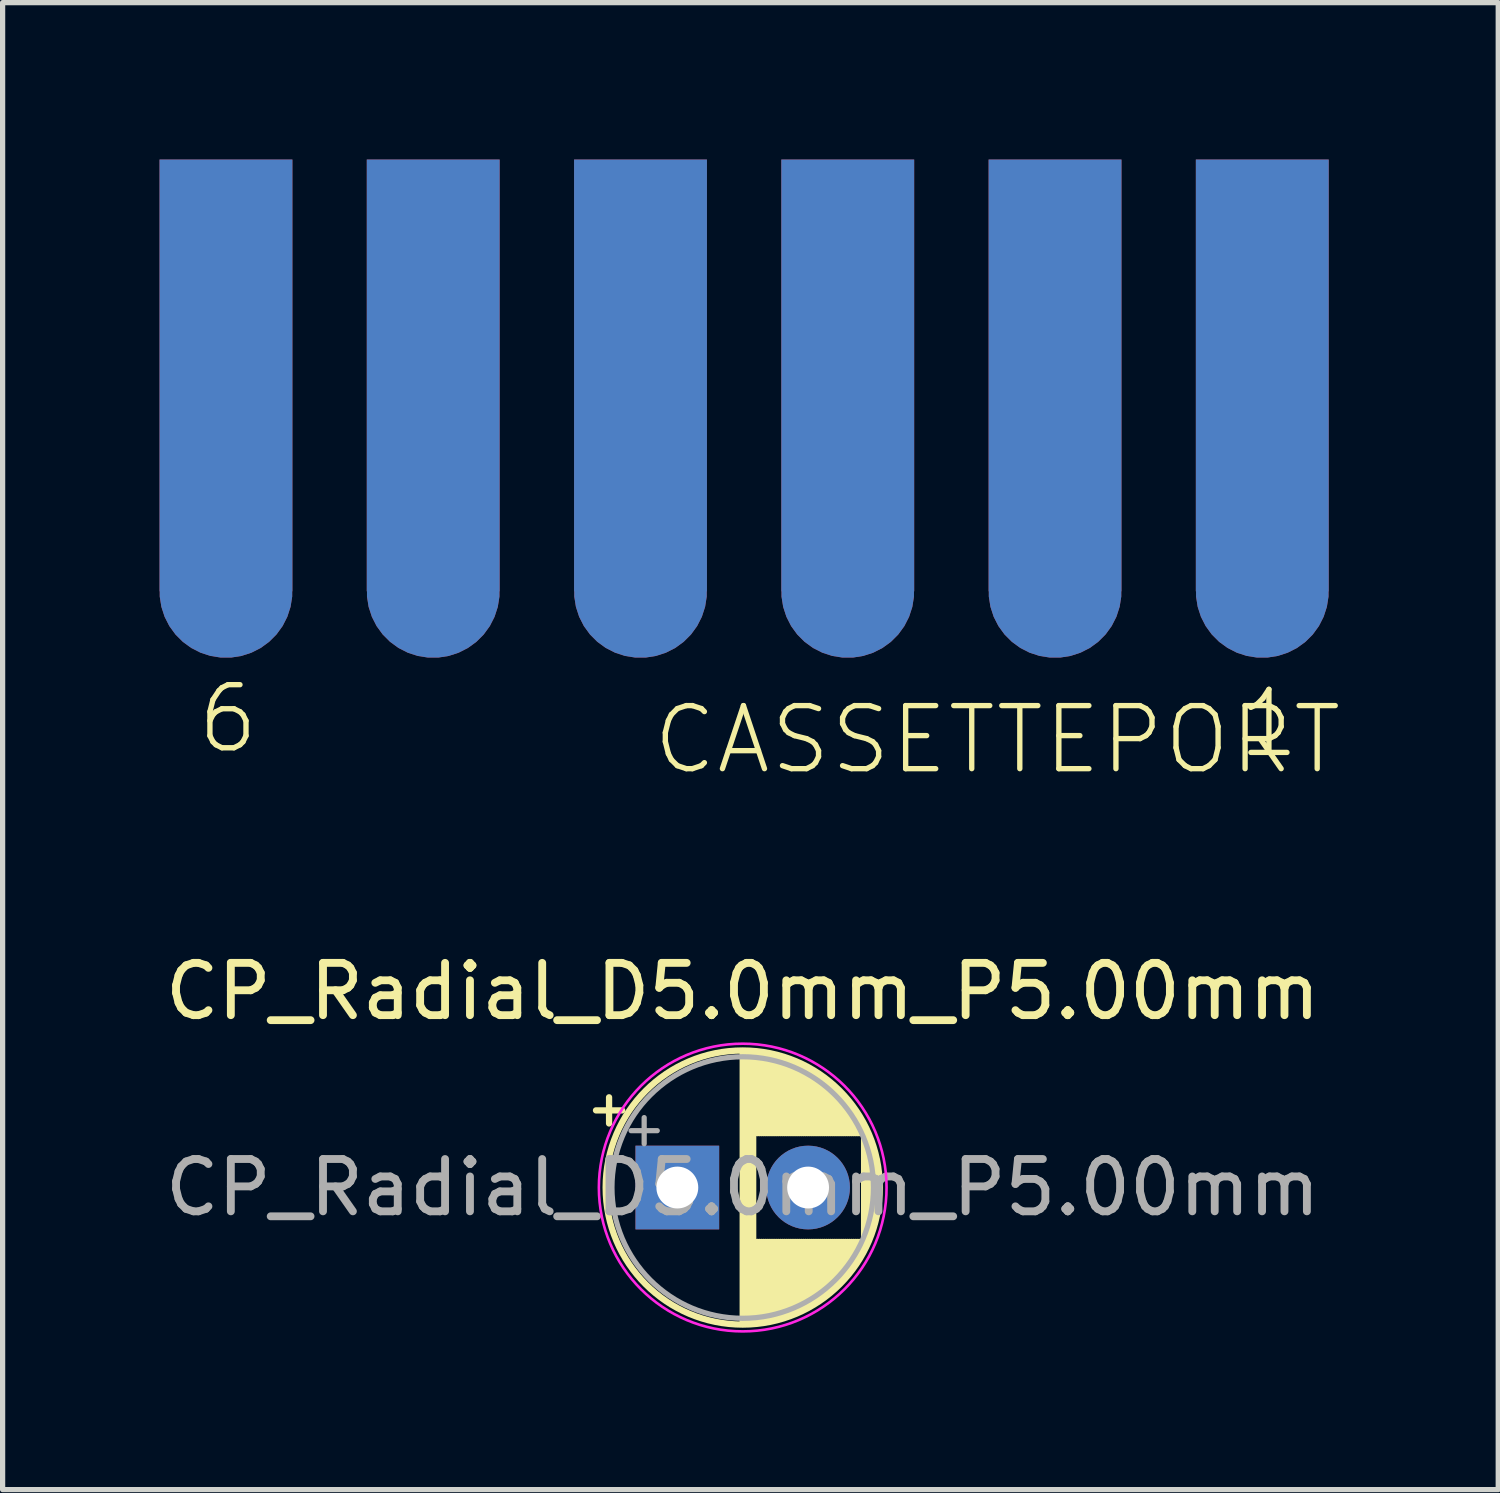
<source format=kicad_pcb>
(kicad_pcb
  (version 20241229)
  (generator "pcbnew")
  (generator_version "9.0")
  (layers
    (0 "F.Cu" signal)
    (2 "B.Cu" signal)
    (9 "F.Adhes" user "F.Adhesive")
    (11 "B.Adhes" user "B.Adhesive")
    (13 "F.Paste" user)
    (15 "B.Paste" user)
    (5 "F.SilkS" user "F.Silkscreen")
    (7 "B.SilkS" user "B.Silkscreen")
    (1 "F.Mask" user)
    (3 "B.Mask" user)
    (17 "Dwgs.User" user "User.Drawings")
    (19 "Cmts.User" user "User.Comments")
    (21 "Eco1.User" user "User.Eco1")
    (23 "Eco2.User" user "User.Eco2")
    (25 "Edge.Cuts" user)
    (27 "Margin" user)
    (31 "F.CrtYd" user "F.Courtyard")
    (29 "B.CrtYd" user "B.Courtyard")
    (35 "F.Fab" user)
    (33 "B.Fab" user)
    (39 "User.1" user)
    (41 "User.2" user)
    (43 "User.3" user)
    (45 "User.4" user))
  (footprint "CASSETTEPORT"
    (layer "F.Cu")
    (at 11.176 8.255)
    (property "Reference" "CASSETTEPORT" (at -1.803 3.543 0) (layer "F.SilkS") (effects (font (size 1.206 1.206) (thickness 0.102)) (justify left bottom)))
    (attr through_hole)
    (fp_text user "1" (at 10.033 2.527 0) (layer "F.SilkS") (effects (font (size 1.206 1.206) (thickness 0.102))))
    (fp_text user "6" (at -9.868 2.438 0) (layer "F.SilkS") (effects (font (size 1.206 1.206) (thickness 0.102))))
    (pad "1" connect custom (at 9.906 0) (size 2.54 2.54) (layers "F.Cu" "F.Mask") (options (anchor circle)) (primitives (gr_poly (pts (xy -1.27 0) (xy 1.27 0) (xy 1.27 -8.255) (xy -1.27 -8.255)) (width 0) (fill yes))))
    (pad "2" connect custom (at 5.944 0) (size 2.54 2.54) (layers "F.Cu" "F.Mask") (options (anchor circle)) (primitives (gr_poly (pts (xy -1.27 0) (xy 1.27 0) (xy 1.27 -8.255) (xy -1.27 -8.255)) (width 0) (fill yes))))
    (pad "3" connect custom (at 1.981 0) (size 2.54 2.54) (layers "F.Cu" "F.Mask") (options (anchor circle)) (primitives (gr_poly (pts (xy -1.27 0) (xy 1.27 0) (xy 1.27 -8.255) (xy -1.27 -8.255)) (width 0) (fill yes))))
    (pad "4" connect custom (at -1.981 0) (size 2.54 2.54) (layers "F.Cu" "F.Mask") (options (anchor circle)) (primitives (gr_poly (pts (xy -1.27 0) (xy 1.27 0) (xy 1.27 -8.255) (xy -1.27 -8.255)) (width 0) (fill yes))))
    (pad "5" connect custom (at -5.944 0) (size 2.54 2.54) (layers "F.Cu" "F.Mask") (options (anchor circle)) (primitives (gr_poly (pts (xy -1.27 0) (xy 1.27 0) (xy 1.27 -8.255) (xy -1.27 -8.255)) (width 0) (fill yes))))
    (pad "6" connect custom (at -9.906 0) (size 2.54 2.54) (layers "F.Cu" "F.Mask") (options (anchor circle)) (primitives (gr_poly (pts (xy -1.27 0) (xy 1.27 0) (xy 1.27 -8.255) (xy -1.27 -8.255)) (width 0) (fill yes))))
    (pad "A" connect custom (at 9.906 0) (size 2.54 2.54) (layers "B.Cu" "B.Mask") (options (anchor circle)) (primitives (gr_poly (pts (xy -1.27 0) (xy 1.27 0) (xy 1.27 -8.255) (xy -1.27 -8.255)) (width 0) (fill yes))))
    (pad "B" connect custom (at 5.944 0) (size 2.54 2.54) (layers "B.Cu" "B.Mask") (options (anchor circle)) (primitives (gr_poly (pts (xy -1.27 0) (xy 1.27 0) (xy 1.27 -8.255) (xy -1.27 -8.255)) (width 0) (fill yes))))
    (pad "C" connect custom (at 1.981 0) (size 2.54 2.54) (layers "B.Cu" "B.Mask") (options (anchor circle)) (primitives (gr_poly (pts (xy -1.27 0) (xy 1.27 0) (xy 1.27 -8.255) (xy -1.27 -8.255)) (width 0) (fill yes))))
    (pad "D" connect custom (at -1.981 0) (size 2.54 2.54) (layers "B.Cu" "B.Mask") (options (anchor circle)) (primitives (gr_poly (pts (xy -1.27 0) (xy 1.27 0) (xy 1.27 -8.255) (xy -1.27 -8.255)) (width 0) (fill yes))))
    (pad "E" connect custom (at -5.944 0) (size 2.54 2.54) (layers "B.Cu" "B.Mask") (options (anchor circle)) (primitives (gr_poly (pts (xy -1.27 0) (xy 1.27 0) (xy 1.27 -8.255) (xy -1.27 -8.255)) (width 0) (fill yes))))
    (pad "F" connect custom (at -9.906 0) (size 2.54 2.54) (layers "B.Cu" "B.Mask") (options (anchor circle)) (primitives (gr_poly (pts (xy -1.27 0) (xy 1.27 0) (xy 1.27 -8.255) (xy -1.27 -8.255)) (width 0) (fill yes)))))
  (footprint "CP_Radial_D5.0mm_P5.00mm"
    (layer "F.Cu")
    (at 9.899 19.653)
    (property "Reference" "CP_Radial_D5.0mm_P5.00mm" (at 1.25 -3.75 0) (layer "F.SilkS") (effects (font (size 1 1) (thickness 0.15))))
    (attr through_hole)
    (fp_line (start -1.555 -1.475) (end -1.055 -1.475) (stroke (width 0.12) (type solid)) (layer "F.SilkS"))
    (fp_line (start -1.305 -1.725) (end -1.305 -1.225) (stroke (width 0.12) (type solid)) (layer "F.SilkS"))
    (fp_line (start 1.25 -2.58) (end 1.25 2.58) (stroke (width 0.12) (type solid)) (layer "F.SilkS"))
    (fp_line (start 1.29 -2.58) (end 1.29 2.58) (stroke (width 0.12) (type solid)) (layer "F.SilkS"))
    (fp_line (start 1.33 -2.579) (end 1.33 2.579) (stroke (width 0.12) (type solid)) (layer "F.SilkS"))
    (fp_line (start 1.37 -2.578) (end 1.37 2.578) (stroke (width 0.12) (type solid)) (layer "F.SilkS"))
    (fp_line (start 1.41 -2.576) (end 1.41 2.576) (stroke (width 0.12) (type solid)) (layer "F.SilkS"))
    (fp_line (start 1.45 -2.573) (end 1.45 2.573) (stroke (width 0.12) (type solid)) (layer "F.SilkS"))
    (fp_line (start 1.49 -2.569) (end 1.49 -1.04) (stroke (width 0.12) (type solid)) (layer "F.SilkS"))
    (fp_line (start 1.49 1.04) (end 1.49 2.569) (stroke (width 0.12) (type solid)) (layer "F.SilkS"))
    (fp_line (start 1.53 -2.565) (end 1.53 -1.04) (stroke (width 0.12) (type solid)) (layer "F.SilkS"))
    (fp_line (start 1.53 1.04) (end 1.53 2.565) (stroke (width 0.12) (type solid)) (layer "F.SilkS"))
    (fp_line (start 1.57 -2.561) (end 1.57 -1.04) (stroke (width 0.12) (type solid)) (layer "F.SilkS"))
    (fp_line (start 1.57 1.04) (end 1.57 2.561) (stroke (width 0.12) (type solid)) (layer "F.SilkS"))
    (fp_line (start 1.61 -2.556) (end 1.61 -1.04) (stroke (width 0.12) (type solid)) (layer "F.SilkS"))
    (fp_line (start 1.61 1.04) (end 1.61 2.556) (stroke (width 0.12) (type solid)) (layer "F.SilkS"))
    (fp_line (start 1.65 -2.55) (end 1.65 -1.04) (stroke (width 0.12) (type solid)) (layer "F.SilkS"))
    (fp_line (start 1.65 1.04) (end 1.65 2.55) (stroke (width 0.12) (type solid)) (layer "F.SilkS"))
    (fp_line (start 1.69 -2.543) (end 1.69 -1.04) (stroke (width 0.12) (type solid)) (layer "F.SilkS"))
    (fp_line (start 1.69 1.04) (end 1.69 2.543) (stroke (width 0.12) (type solid)) (layer "F.SilkS"))
    (fp_line (start 1.73 -2.536) (end 1.73 -1.04) (stroke (width 0.12) (type solid)) (layer "F.SilkS"))
    (fp_line (start 1.73 1.04) (end 1.73 2.536) (stroke (width 0.12) (type solid)) (layer "F.SilkS"))
    (fp_line (start 1.77 -2.528) (end 1.77 -1.04) (stroke (width 0.12) (type solid)) (layer "F.SilkS"))
    (fp_line (start 1.77 1.04) (end 1.77 2.528) (stroke (width 0.12) (type solid)) (layer "F.SilkS"))
    (fp_line (start 1.81 -2.52) (end 1.81 -1.04) (stroke (width 0.12) (type solid)) (layer "F.SilkS"))
    (fp_line (start 1.81 1.04) (end 1.81 2.52) (stroke (width 0.12) (type solid)) (layer "F.SilkS"))
    (fp_line (start 1.85 -2.511) (end 1.85 -1.04) (stroke (width 0.12) (type solid)) (layer "F.SilkS"))
    (fp_line (start 1.85 1.04) (end 1.85 2.511) (stroke (width 0.12) (type solid)) (layer "F.SilkS"))
    (fp_line (start 1.89 -2.501) (end 1.89 -1.04) (stroke (width 0.12) (type solid)) (layer "F.SilkS"))
    (fp_line (start 1.89 1.04) (end 1.89 2.501) (stroke (width 0.12) (type solid)) (layer "F.SilkS"))
    (fp_line (start 1.93 -2.491) (end 1.93 -1.04) (stroke (width 0.12) (type solid)) (layer "F.SilkS"))
    (fp_line (start 1.93 1.04) (end 1.93 2.491) (stroke (width 0.12) (type solid)) (layer "F.SilkS"))
    (fp_line (start 1.971 -2.48) (end 1.971 -1.04) (stroke (width 0.12) (type solid)) (layer "F.SilkS"))
    (fp_line (start 1.971 1.04) (end 1.971 2.48) (stroke (width 0.12) (type solid)) (layer "F.SilkS"))
    (fp_line (start 2.011 -2.468) (end 2.011 -1.04) (stroke (width 0.12) (type solid)) (layer "F.SilkS"))
    (fp_line (start 2.011 1.04) (end 2.011 2.468) (stroke (width 0.12) (type solid)) (layer "F.SilkS"))
    (fp_line (start 2.051 -2.455) (end 2.051 -1.04) (stroke (width 0.12) (type solid)) (layer "F.SilkS"))
    (fp_line (start 2.051 1.04) (end 2.051 2.455) (stroke (width 0.12) (type solid)) (layer "F.SilkS"))
    (fp_line (start 2.091 -2.442) (end 2.091 -1.04) (stroke (width 0.12) (type solid)) (layer "F.SilkS"))
    (fp_line (start 2.091 1.04) (end 2.091 2.442) (stroke (width 0.12) (type solid)) (layer "F.SilkS"))
    (fp_line (start 2.131 -2.428) (end 2.131 -1.04) (stroke (width 0.12) (type solid)) (layer "F.SilkS"))
    (fp_line (start 2.131 1.04) (end 2.131 2.428) (stroke (width 0.12) (type solid)) (layer "F.SilkS"))
    (fp_line (start 2.171 -2.414) (end 2.171 -1.04) (stroke (width 0.12) (type solid)) (layer "F.SilkS"))
    (fp_line (start 2.171 1.04) (end 2.171 2.414) (stroke (width 0.12) (type solid)) (layer "F.SilkS"))
    (fp_line (start 2.211 -2.398) (end 2.211 -1.04) (stroke (width 0.12) (type solid)) (layer "F.SilkS"))
    (fp_line (start 2.211 1.04) (end 2.211 2.398) (stroke (width 0.12) (type solid)) (layer "F.SilkS"))
    (fp_line (start 2.251 -2.382) (end 2.251 -1.04) (stroke (width 0.12) (type solid)) (layer "F.SilkS"))
    (fp_line (start 2.251 1.04) (end 2.251 2.382) (stroke (width 0.12) (type solid)) (layer "F.SilkS"))
    (fp_line (start 2.291 -2.365) (end 2.291 -1.04) (stroke (width 0.12) (type solid)) (layer "F.SilkS"))
    (fp_line (start 2.291 1.04) (end 2.291 2.365) (stroke (width 0.12) (type solid)) (layer "F.SilkS"))
    (fp_line (start 2.331 -2.348) (end 2.331 -1.04) (stroke (width 0.12) (type solid)) (layer "F.SilkS"))
    (fp_line (start 2.331 1.04) (end 2.331 2.348) (stroke (width 0.12) (type solid)) (layer "F.SilkS"))
    (fp_line (start 2.371 -2.329) (end 2.371 -1.04) (stroke (width 0.12) (type solid)) (layer "F.SilkS"))
    (fp_line (start 2.371 1.04) (end 2.371 2.329) (stroke (width 0.12) (type solid)) (layer "F.SilkS"))
    (fp_line (start 2.411 -2.31) (end 2.411 -1.04) (stroke (width 0.12) (type solid)) (layer "F.SilkS"))
    (fp_line (start 2.411 1.04) (end 2.411 2.31) (stroke (width 0.12) (type solid)) (layer "F.SilkS"))
    (fp_line (start 2.451 -2.29) (end 2.451 -1.04) (stroke (width 0.12) (type solid)) (layer "F.SilkS"))
    (fp_line (start 2.451 1.04) (end 2.451 2.29) (stroke (width 0.12) (type solid)) (layer "F.SilkS"))
    (fp_line (start 2.491 -2.268) (end 2.491 -1.04) (stroke (width 0.12) (type solid)) (layer "F.SilkS"))
    (fp_line (start 2.491 1.04) (end 2.491 2.268) (stroke (width 0.12) (type solid)) (layer "F.SilkS"))
    (fp_line (start 2.531 -2.247) (end 2.531 -1.04) (stroke (width 0.12) (type solid)) (layer "F.SilkS"))
    (fp_line (start 2.531 1.04) (end 2.531 2.247) (stroke (width 0.12) (type solid)) (layer "F.SilkS"))
    (fp_line (start 2.571 -2.224) (end 2.571 -1.04) (stroke (width 0.12) (type solid)) (layer "F.SilkS"))
    (fp_line (start 2.571 1.04) (end 2.571 2.224) (stroke (width 0.12) (type solid)) (layer "F.SilkS"))
    (fp_line (start 2.611 -2.2) (end 2.611 -1.04) (stroke (width 0.12) (type solid)) (layer "F.SilkS"))
    (fp_line (start 2.611 1.04) (end 2.611 2.2) (stroke (width 0.12) (type solid)) (layer "F.SilkS"))
    (fp_line (start 2.651 -2.175) (end 2.651 -1.04) (stroke (width 0.12) (type solid)) (layer "F.SilkS"))
    (fp_line (start 2.651 1.04) (end 2.651 2.175) (stroke (width 0.12) (type solid)) (layer "F.SilkS"))
    (fp_line (start 2.691 -2.149) (end 2.691 -1.04) (stroke (width 0.12) (type solid)) (layer "F.SilkS"))
    (fp_line (start 2.691 1.04) (end 2.691 2.149) (stroke (width 0.12) (type solid)) (layer "F.SilkS"))
    (fp_line (start 2.731 -2.122) (end 2.731 -1.04) (stroke (width 0.12) (type solid)) (layer "F.SilkS"))
    (fp_line (start 2.731 1.04) (end 2.731 2.122) (stroke (width 0.12) (type solid)) (layer "F.SilkS"))
    (fp_line (start 2.771 -2.095) (end 2.771 -1.04) (stroke (width 0.12) (type solid)) (layer "F.SilkS"))
    (fp_line (start 2.771 1.04) (end 2.771 2.095) (stroke (width 0.12) (type solid)) (layer "F.SilkS"))
    (fp_line (start 2.811 -2.065) (end 2.811 -1.04) (stroke (width 0.12) (type solid)) (layer "F.SilkS"))
    (fp_line (start 2.811 1.04) (end 2.811 2.065) (stroke (width 0.12) (type solid)) (layer "F.SilkS"))
    (fp_line (start 2.851 -2.035) (end 2.851 -1.04) (stroke (width 0.12) (type solid)) (layer "F.SilkS"))
    (fp_line (start 2.851 1.04) (end 2.851 2.035) (stroke (width 0.12) (type solid)) (layer "F.SilkS"))
    (fp_line (start 2.891 -2.004) (end 2.891 -1.04) (stroke (width 0.12) (type solid)) (layer "F.SilkS"))
    (fp_line (start 2.891 1.04) (end 2.891 2.004) (stroke (width 0.12) (type solid)) (layer "F.SilkS"))
    (fp_line (start 2.931 -1.971) (end 2.931 -1.04) (stroke (width 0.12) (type solid)) (layer "F.SilkS"))
    (fp_line (start 2.931 1.04) (end 2.931 1.971) (stroke (width 0.12) (type solid)) (layer "F.SilkS"))
    (fp_line (start 2.971 -1.937) (end 2.971 -1.04) (stroke (width 0.12) (type solid)) (layer "F.SilkS"))
    (fp_line (start 2.971 1.04) (end 2.971 1.937) (stroke (width 0.12) (type solid)) (layer "F.SilkS"))
    (fp_line (start 3.011 -1.901) (end 3.011 -1.04) (stroke (width 0.12) (type solid)) (layer "F.SilkS"))
    (fp_line (start 3.011 1.04) (end 3.011 1.901) (stroke (width 0.12) (type solid)) (layer "F.SilkS"))
    (fp_line (start 3.051 -1.864) (end 3.051 -1.04) (stroke (width 0.12) (type solid)) (layer "F.SilkS"))
    (fp_line (start 3.051 1.04) (end 3.051 1.864) (stroke (width 0.12) (type solid)) (layer "F.SilkS"))
    (fp_line (start 3.091 -1.826) (end 3.091 -1.04) (stroke (width 0.12) (type solid)) (layer "F.SilkS"))
    (fp_line (start 3.091 1.04) (end 3.091 1.826) (stroke (width 0.12) (type solid)) (layer "F.SilkS"))
    (fp_line (start 3.131 -1.785) (end 3.131 -1.04) (stroke (width 0.12) (type solid)) (layer "F.SilkS"))
    (fp_line (start 3.131 1.04) (end 3.131 1.785) (stroke (width 0.12) (type solid)) (layer "F.SilkS"))
    (fp_line (start 3.171 -1.743) (end 3.171 -1.04) (stroke (width 0.12) (type solid)) (layer "F.SilkS"))
    (fp_line (start 3.171 1.04) (end 3.171 1.743) (stroke (width 0.12) (type solid)) (layer "F.SilkS"))
    (fp_line (start 3.211 -1.699) (end 3.211 -1.04) (stroke (width 0.12) (type solid)) (layer "F.SilkS"))
    (fp_line (start 3.211 1.04) (end 3.211 1.699) (stroke (width 0.12) (type solid)) (layer "F.SilkS"))
    (fp_line (start 3.251 -1.653) (end 3.251 -1.04) (stroke (width 0.12) (type solid)) (layer "F.SilkS"))
    (fp_line (start 3.251 1.04) (end 3.251 1.653) (stroke (width 0.12) (type solid)) (layer "F.SilkS"))
    (fp_line (start 3.291 -1.605) (end 3.291 -1.04) (stroke (width 0.12) (type solid)) (layer "F.SilkS"))
    (fp_line (start 3.291 1.04) (end 3.291 1.605) (stroke (width 0.12) (type solid)) (layer "F.SilkS"))
    (fp_line (start 3.331 -1.554) (end 3.331 -1.04) (stroke (width 0.12) (type solid)) (layer "F.SilkS"))
    (fp_line (start 3.331 1.04) (end 3.331 1.554) (stroke (width 0.12) (type solid)) (layer "F.SilkS"))
    (fp_line (start 3.371 -1.5) (end 3.371 -1.04) (stroke (width 0.12) (type solid)) (layer "F.SilkS"))
    (fp_line (start 3.371 1.04) (end 3.371 1.5) (stroke (width 0.12) (type solid)) (layer "F.SilkS"))
    (fp_line (start 3.411 -1.443) (end 3.411 -1.04) (stroke (width 0.12) (type solid)) (layer "F.SilkS"))
    (fp_line (start 3.411 1.04) (end 3.411 1.443) (stroke (width 0.12) (type solid)) (layer "F.SilkS"))
    (fp_line (start 3.451 -1.383) (end 3.451 -1.04) (stroke (width 0.12) (type solid)) (layer "F.SilkS"))
    (fp_line (start 3.451 1.04) (end 3.451 1.383) (stroke (width 0.12) (type solid)) (layer "F.SilkS"))
    (fp_line (start 3.491 -1.319) (end 3.491 -1.04) (stroke (width 0.12) (type solid)) (layer "F.SilkS"))
    (fp_line (start 3.491 1.04) (end 3.491 1.319) (stroke (width 0.12) (type solid)) (layer "F.SilkS"))
    (fp_line (start 3.531 -1.251) (end 3.531 -1.04) (stroke (width 0.12) (type solid)) (layer "F.SilkS"))
    (fp_line (start 3.531 1.04) (end 3.531 1.251) (stroke (width 0.12) (type solid)) (layer "F.SilkS"))
    (fp_line (start 3.571 -1.178) (end 3.571 1.178) (stroke (width 0.12) (type solid)) (layer "F.SilkS"))
    (fp_line (start 3.611 -1.098) (end 3.611 1.098) (stroke (width 0.12) (type solid)) (layer "F.SilkS"))
    (fp_line (start 3.651 -1.011) (end 3.651 1.011) (stroke (width 0.12) (type solid)) (layer "F.SilkS"))
    (fp_line (start 3.691 -0.915) (end 3.691 0.915) (stroke (width 0.12) (type solid)) (layer "F.SilkS"))
    (fp_line (start 3.731 -0.805) (end 3.731 0.805) (stroke (width 0.12) (type solid)) (layer "F.SilkS"))
    (fp_line (start 3.771 -0.677) (end 3.771 0.677) (stroke (width 0.12) (type solid)) (layer "F.SilkS"))
    (fp_line (start 3.811 -0.518) (end 3.811 0.518) (stroke (width 0.12) (type solid)) (layer "F.SilkS"))
    (fp_line (start 3.851 -0.284) (end 3.851 0.284) (stroke (width 0.12) (type solid)) (layer "F.SilkS"))
    (fp_circle (center 1.25 0) (end 3.87 0) (stroke (width 0.12) (type solid)) (fill no) (layer "F.SilkS"))
    (fp_circle (center 1.25 0) (end 4 0) (stroke (width 0.05) (type solid)) (fill no) (layer "F.CrtYd"))
    (fp_line (start -0.884 -1.087) (end -0.384 -1.087) (stroke (width 0.1) (type solid)) (layer "F.Fab"))
    (fp_line (start -0.634 -1.337) (end -0.634 -0.838) (stroke (width 0.1) (type solid)) (layer "F.Fab"))
    (fp_circle (center 1.25 0) (end 3.75 0) (stroke (width 0.1) (type solid)) (fill no) (layer "F.Fab"))
    (fp_text user "${REFERENCE}" (at 1.25 0 0) (layer "F.Fab") (effects (font (size 1 1) (thickness 0.15))))
    (pad "1" thru_hole rect (at 0 0) (size 1.6 1.6) (drill 0.8) (layers "*.Cu" "*.Mask"))
    (pad "2" thru_hole circle (at 2.5 0) (size 1.6 1.6) (drill 0.8) (layers "*.Cu" "*.Mask")))
  (gr_rect
    (start -3 -3)
    (end 25.593 25.428)
    (stroke (width 0.1) (type default))
    (fill no)
    (layer "Edge.Cuts")))
</source>
